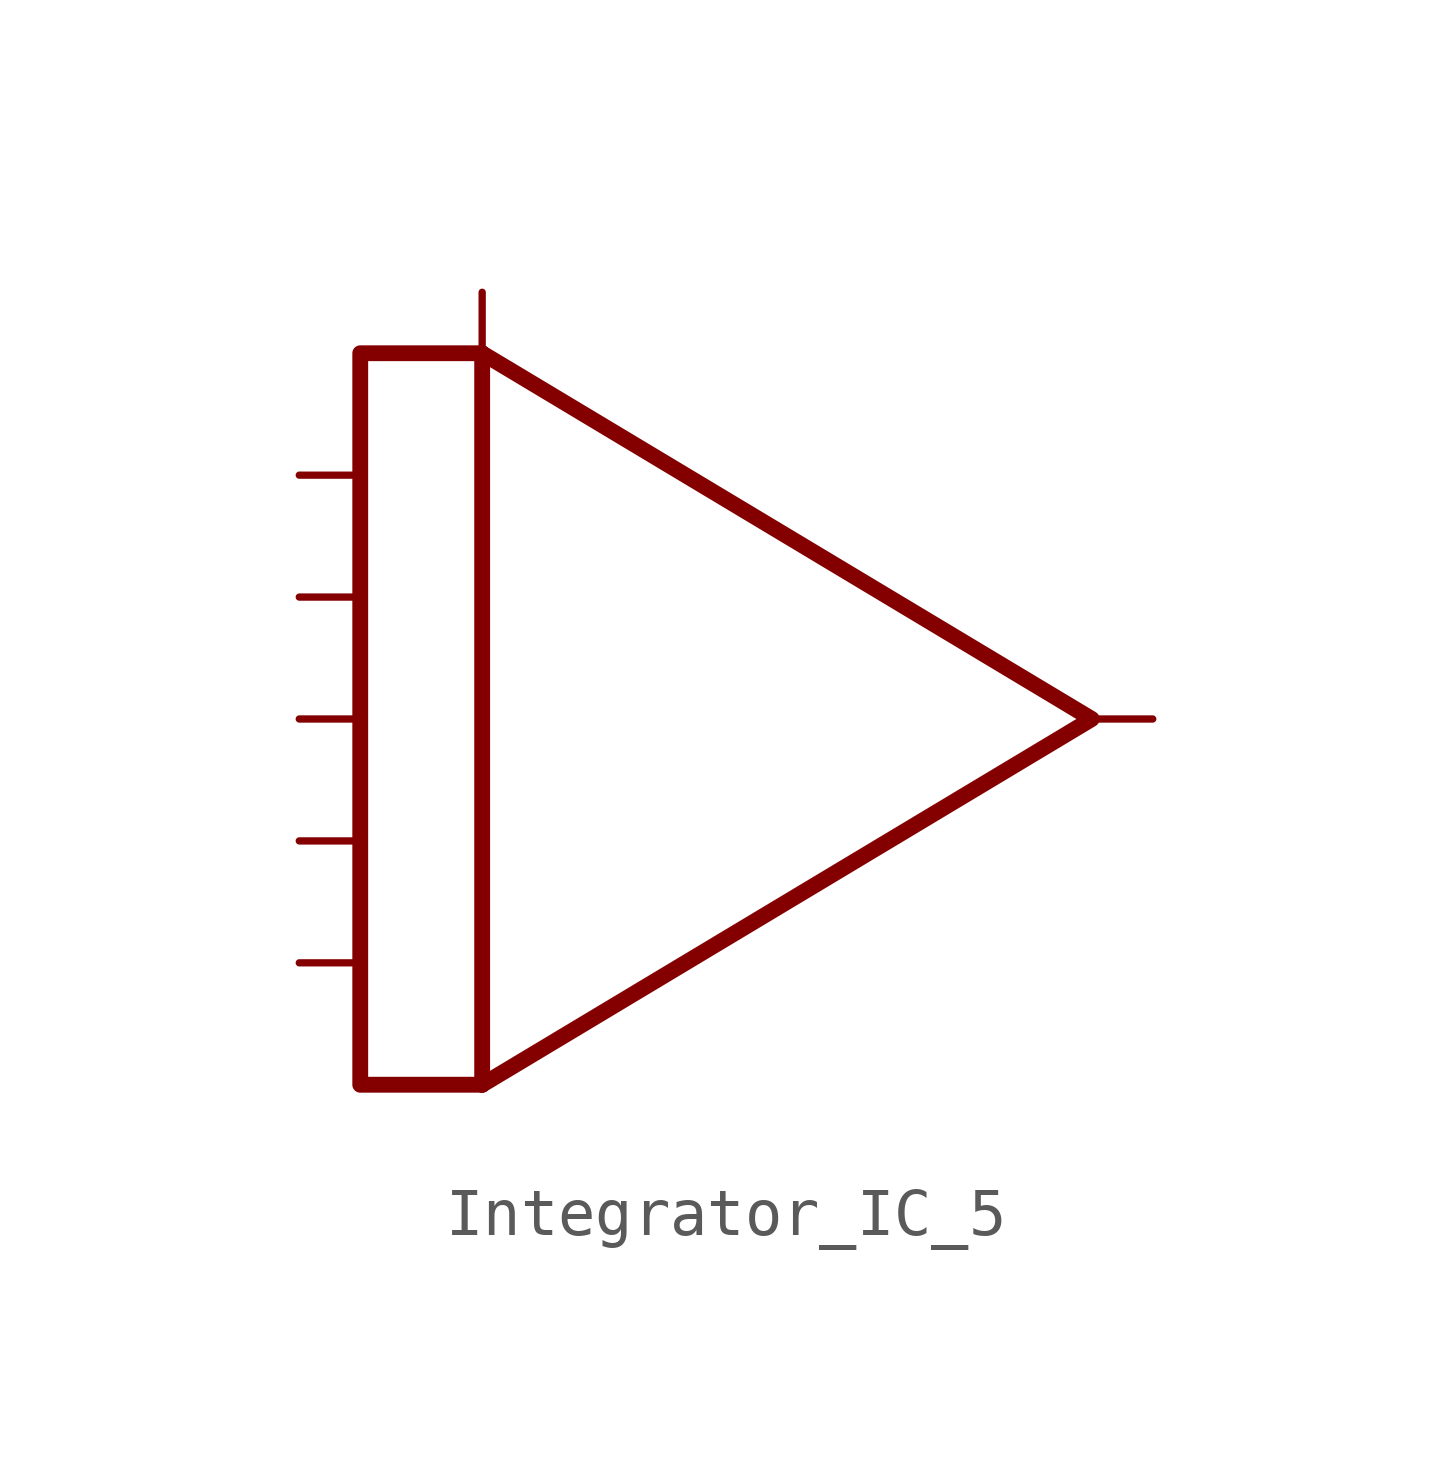
<source format=kicad_sym>
(kicad_symbol_lib
  (version 20211014)
  (generator kicad_symbol_editor)
  (symbol "Integrator_IC_5"
    (property "Reference" "U"
      (at 5.08 15.24 0)
      (effects (font (size 1.27 1.27)) hide))
    (symbol "Integrator_IC_5_0_0"
      (polyline (pts (xy -6.35 7.62) (xy -8.89 7.62) (xy -8.89 -7.62) (xy -6.35 -7.62)) (stroke (width 0.33) (type default) (color 0 0 0 0)) (fill (type none))))
    (symbol "Integrator_IC_5_0_1"
      (polyline (pts (xy -6.35 -7.62) (xy -6.35 7.62)) (stroke (width 0.33) (type default) (color 0 0 0 0)) (fill (type none)))
      (polyline (pts (xy -6.35 7.62) (xy 6.35 0) (xy -6.35 -7.62)) (stroke (width 0.33) (type default) (color 0 0 0 0)) (fill (type none))))
    (symbol "Integrator_IC_5_1_1"
      (pin input line (at -10.16 -5.08 0) (length 1.27) (name "" (effects (font (size 1.27 1.27)))) (number "" (effects (font (size 1.27 1.27)))))
      (pin input line (at -10.16 -2.54 0) (length 1.27) (name "" (effects (font (size 1.27 1.27)))) (number "" (effects (font (size 1.27 1.27)))))
      (pin input line (at -10.16 0 0) (length 1.27) (name "" (effects (font (size 1.27 1.27)))) (number "" (effects (font (size 1.27 1.27)))))
      (pin input line (at -10.16 2.54 0) (length 1.27) (name "" (effects (font (size 1.27 1.27)))) (number "" (effects (font (size 1.27 1.27)))))
      (pin input line (at -10.16 5.08 0) (length 1.27) (name "" (effects (font (size 1.27 1.27)))) (number "" (effects (font (size 1.27 1.27)))))
      (pin input line (at -6.35 8.89 270) (length 1.27) (name "" (effects (font (size 1.27 1.27)))) (number "" (effects (font (size 1.27 1.27)))))
      (pin output line (at 7.62 0 180) (length 1.27) (name "" (effects (font (size 1.27 1.27)))) (number "" (effects (font (size 1.27 1.27))))))))
</source>
